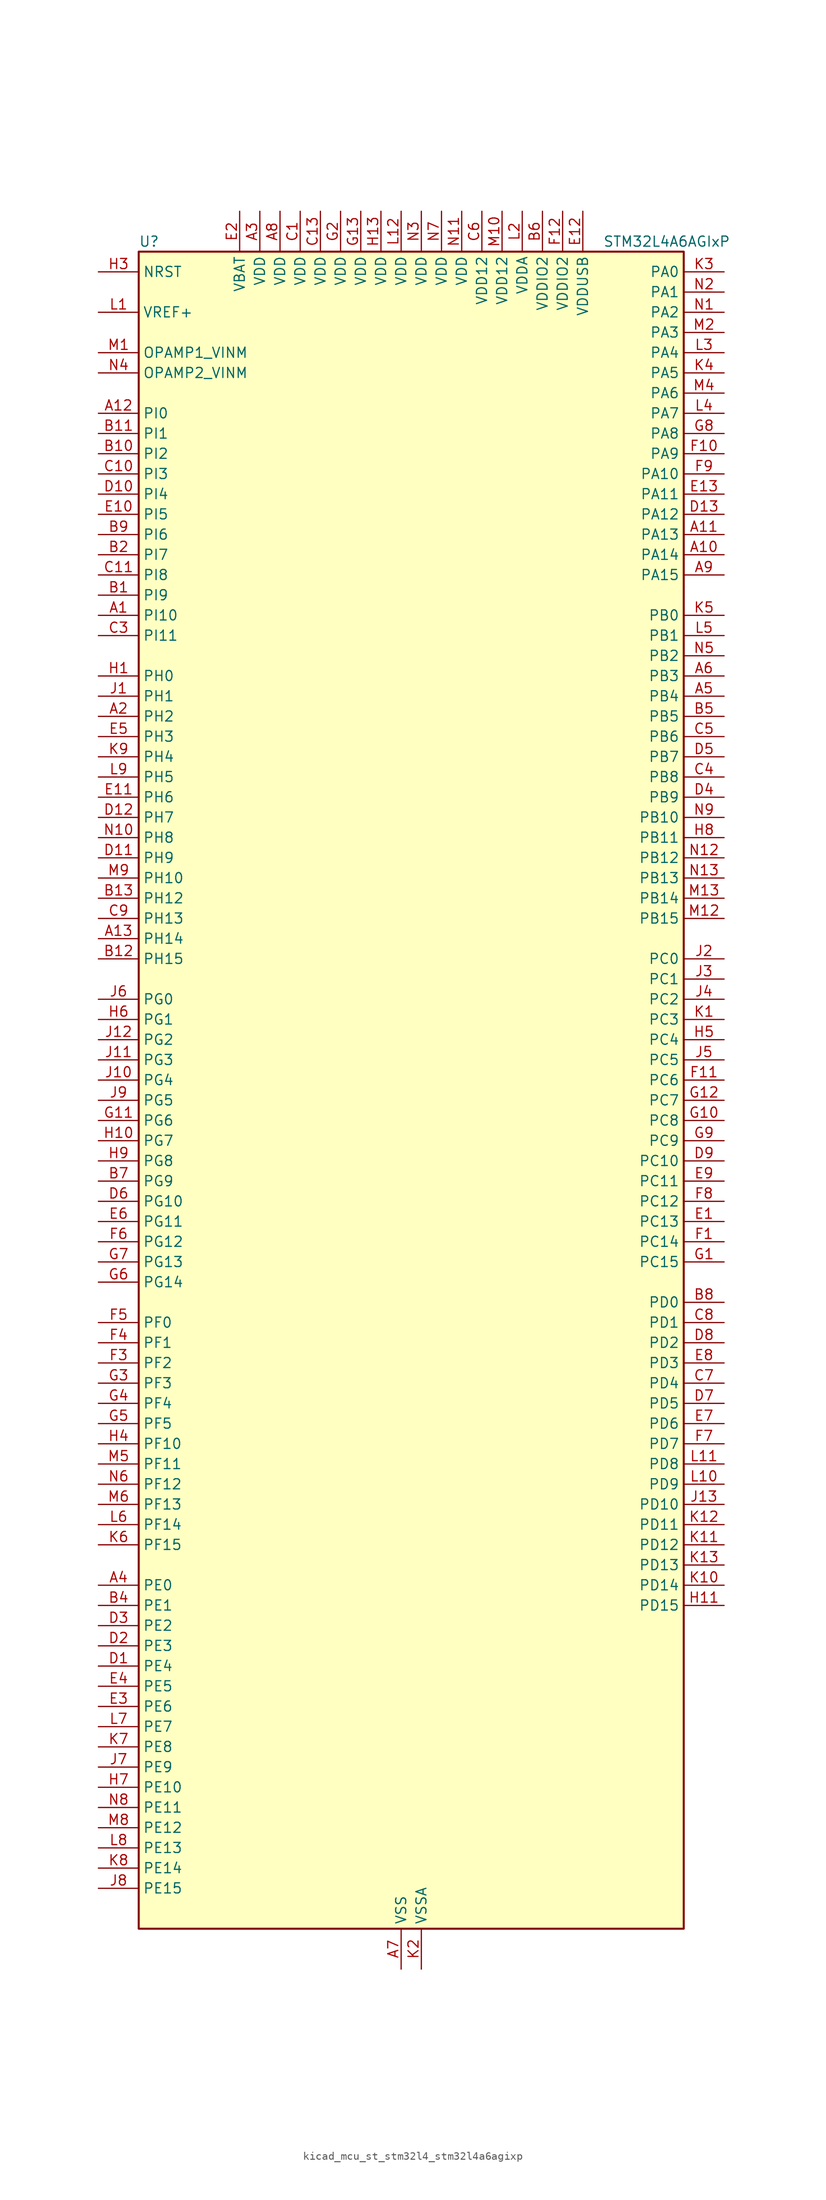
<source format=kicad_sym>
(kicad_symbol_lib
  (version 20220914)
  (generator kicad_symbol_editor)
  (symbol "kicad_mcu_st_stm32l4_stm32l4a6agixp"
    (property "Reference" "U"
      (at -33.02 107.95 0)
      (effects (font (size 1.27 1.27)) (justify left)))
    (property "Value" "STM32L4A6AGIxP"
      (at 25.4 107.95 0)
      (effects (font (size 1.27 1.27)) (justify left)))
    (property "ki_locked" ""
      (at 0 0 0)
      (effects (font (size 1.27 1.27))))
    (symbol "kicad_mcu_st_stm32l4_stm32l4a6agixp_0_1"
      (rectangle (start -33.02 -104.14) (end 35.56 106.68) (stroke (width 0.254) (type default)) (fill (type background))))
    (symbol "kicad_mcu_st_stm32l4_stm32l4a6agixp_1_1"
      (pin bidirectional line (at -38.1 60.96 0) (length 5.08) (name "PI10" (effects (font (size 1.27 1.27)))) (number "A1" (effects (font (size 1.27 1.27)))))
      (pin bidirectional line (at 40.64 68.58 180) (length 5.08) (name "PA14" (effects (font (size 1.27 1.27)))) (number "A10" (effects (font (size 1.27 1.27)))) (alternate "I2C1_SMBA" bidirectional line) (alternate "I2C4_SMBA" bidirectional line) (alternate "LPTIM1_OUT" bidirectional line) (alternate "SAI1_FS_B" bidirectional line) (alternate "SWPMI1_RX" bidirectional line) (alternate "SYS_JTCK-SWCLK" bidirectional line) (alternate "USB_OTG_FS_SOF" bidirectional line))
      (pin bidirectional line (at 40.64 71.12 180) (length 5.08) (name "PA13" (effects (font (size 1.27 1.27)))) (number "A11" (effects (font (size 1.27 1.27)))) (alternate "IR_OUT" bidirectional line) (alternate "SAI1_SD_B" bidirectional line) (alternate "SWPMI1_TX" bidirectional line) (alternate "SYS_JTMS-SWDIO" bidirectional line) (alternate "USB_OTG_FS_NOE" bidirectional line))
      (pin bidirectional line (at -38.1 86.36 0) (length 5.08) (name "PI0" (effects (font (size 1.27 1.27)))) (number "A12" (effects (font (size 1.27 1.27)))) (alternate "DCMI_D13" bidirectional line) (alternate "SPI2_NSS" bidirectional line) (alternate "TIM5_CH4" bidirectional line))
      (pin bidirectional line (at -38.1 20.32 0) (length 5.08) (name "PH14" (effects (font (size 1.27 1.27)))) (number "A13" (effects (font (size 1.27 1.27)))) (alternate "DCMI_D4" bidirectional line) (alternate "TIM8_CH2N" bidirectional line))
      (pin bidirectional line (at -38.1 48.26 0) (length 5.08) (name "PH2" (effects (font (size 1.27 1.27)))) (number "A2" (effects (font (size 1.27 1.27)))) (alternate "QUADSPI_BK2_IO0" bidirectional line))
      (pin power_in line (at -17.78 111.76 270) (length 5.08) (name "VDD" (effects (font (size 1.27 1.27)))) (number "A3" (effects (font (size 1.27 1.27)))))
      (pin bidirectional line (at -38.1 -60.96 0) (length 5.08) (name "PE0" (effects (font (size 1.27 1.27)))) (number "A4" (effects (font (size 1.27 1.27)))) (alternate "DCMI_D2" bidirectional line) (alternate "FMC_NBL0" bidirectional line) (alternate "LCD_SEG36" bidirectional line) (alternate "TIM16_CH1" bidirectional line) (alternate "TIM4_ETR" bidirectional line))
      (pin bidirectional line (at 40.64 50.8 180) (length 5.08) (name "PB4" (effects (font (size 1.27 1.27)))) (number "A5" (effects (font (size 1.27 1.27)))) (alternate "COMP2_INP" bidirectional line) (alternate "DCMI_D12" bidirectional line) (alternate "I2C3_SDA" bidirectional line) (alternate "LCD_SEG8" bidirectional line) (alternate "SAI1_MCLK_B" bidirectional line) (alternate "SPI1_MISO" bidirectional line) (alternate "SPI3_MISO" bidirectional line) (alternate "SYS_JTRST" bidirectional line) (alternate "TIM17_BKIN" bidirectional line) (alternate "TIM3_CH1" bidirectional line) (alternate "TSC_G2_IO1" bidirectional line) (alternate "UART5_DE" bidirectional line) (alternate "UART5_RTS" bidirectional line) (alternate "USART1_CTS" bidirectional line))
      (pin bidirectional line (at 40.64 53.34 180) (length 5.08) (name "PB3" (effects (font (size 1.27 1.27)))) (number "A6" (effects (font (size 1.27 1.27)))) (alternate "COMP2_INM" bidirectional line) (alternate "CRS_SYNC" bidirectional line) (alternate "LCD_SEG7" bidirectional line) (alternate "SAI1_SCK_B" bidirectional line) (alternate "SPI1_SCK" bidirectional line) (alternate "SPI3_SCK" bidirectional line) (alternate "SYS_JTDO-SWO" bidirectional line) (alternate "TIM2_CH2" bidirectional line) (alternate "USART1_DE" bidirectional line) (alternate "USART1_RTS" bidirectional line))
      (pin power_in line (at 0 -109.22 90) (length 5.08) (name "VSS" (effects (font (size 1.27 1.27)))) (number "A7" (effects (font (size 1.27 1.27)))))
      (pin power_in line (at -15.24 111.76 270) (length 5.08) (name "VDD" (effects (font (size 1.27 1.27)))) (number "A8" (effects (font (size 1.27 1.27)))))
      (pin bidirectional line (at 40.64 66.04 180) (length 5.08) (name "PA15" (effects (font (size 1.27 1.27)))) (number "A9" (effects (font (size 1.27 1.27)))) (alternate "ADC1_EXTI15" bidirectional line) (alternate "ADC2_EXTI15" bidirectional line) (alternate "ADC3_EXTI15" bidirectional line) (alternate "LCD_SEG17" bidirectional line) (alternate "SAI2_FS_B" bidirectional line) (alternate "SPI1_NSS" bidirectional line) (alternate "SPI3_NSS" bidirectional line) (alternate "SWPMI1_SUSPEND" bidirectional line) (alternate "SYS_JTDI" bidirectional line) (alternate "TIM2_CH1" bidirectional line) (alternate "TIM2_ETR" bidirectional line) (alternate "TSC_G3_IO1" bidirectional line) (alternate "UART4_DE" bidirectional line) (alternate "UART4_RTS" bidirectional line) (alternate "USART2_RX" bidirectional line) (alternate "USART3_DE" bidirectional line) (alternate "USART3_RTS" bidirectional line))
      (pin bidirectional line (at -38.1 63.5 0) (length 5.08) (name "PI9" (effects (font (size 1.27 1.27)))) (number "B1" (effects (font (size 1.27 1.27)))) (alternate "CAN1_RX" bidirectional line) (alternate "DAC1_EXTI9" bidirectional line))
      (pin bidirectional line (at -38.1 81.28 0) (length 5.08) (name "PI2" (effects (font (size 1.27 1.27)))) (number "B10" (effects (font (size 1.27 1.27)))) (alternate "DCMI_D9" bidirectional line) (alternate "SPI2_MISO" bidirectional line) (alternate "TIM8_CH4" bidirectional line))
      (pin bidirectional line (at -38.1 83.82 0) (length 5.08) (name "PI1" (effects (font (size 1.27 1.27)))) (number "B11" (effects (font (size 1.27 1.27)))) (alternate "DCMI_D8" bidirectional line) (alternate "SPI2_SCK" bidirectional line))
      (pin bidirectional line (at -38.1 17.78 0) (length 5.08) (name "PH15" (effects (font (size 1.27 1.27)))) (number "B12" (effects (font (size 1.27 1.27)))) (alternate "ADC1_EXTI15" bidirectional line) (alternate "ADC2_EXTI15" bidirectional line) (alternate "ADC3_EXTI15" bidirectional line) (alternate "DCMI_D11" bidirectional line) (alternate "TIM8_CH3N" bidirectional line))
      (pin bidirectional line (at -38.1 25.4 0) (length 5.08) (name "PH12" (effects (font (size 1.27 1.27)))) (number "B13" (effects (font (size 1.27 1.27)))) (alternate "DCMI_D3" bidirectional line) (alternate "TIM5_CH3" bidirectional line))
      (pin bidirectional line (at -38.1 68.58 0) (length 5.08) (name "PI7" (effects (font (size 1.27 1.27)))) (number "B2" (effects (font (size 1.27 1.27)))) (alternate "DCMI_D7" bidirectional line) (alternate "TIM8_CH3" bidirectional line))
      (pin passive line (at 0 -109.22 90) (length 5.08) hide (name "VSS" (effects (font (size 1.27 1.27)))) (number "B3" (effects (font (size 1.27 1.27)))))
      (pin bidirectional line (at -38.1 -63.5 0) (length 5.08) (name "PE1" (effects (font (size 1.27 1.27)))) (number "B4" (effects (font (size 1.27 1.27)))) (alternate "DCMI_D3" bidirectional line) (alternate "FMC_NBL1" bidirectional line) (alternate "LCD_SEG37" bidirectional line) (alternate "TIM17_CH1" bidirectional line))
      (pin bidirectional line (at 40.64 48.26 180) (length 5.08) (name "PB5" (effects (font (size 1.27 1.27)))) (number "B5" (effects (font (size 1.27 1.27)))) (alternate "CAN2_RX" bidirectional line) (alternate "COMP2_OUT" bidirectional line) (alternate "DCMI_D10" bidirectional line) (alternate "I2C1_SMBA" bidirectional line) (alternate "LCD_SEG9" bidirectional line) (alternate "LPTIM1_IN1" bidirectional line) (alternate "SAI1_SD_B" bidirectional line) (alternate "SPI1_MOSI" bidirectional line) (alternate "SPI3_MOSI" bidirectional line) (alternate "TIM16_BKIN" bidirectional line) (alternate "TIM3_CH2" bidirectional line) (alternate "TSC_G2_IO2" bidirectional line) (alternate "UART5_CTS" bidirectional line) (alternate "USART1_CK" bidirectional line))
      (pin power_in line (at 17.78 111.76 270) (length 5.08) (name "VDDIO2" (effects (font (size 1.27 1.27)))) (number "B6" (effects (font (size 1.27 1.27)))))
      (pin bidirectional line (at -38.1 -10.16 0) (length 5.08) (name "PG9" (effects (font (size 1.27 1.27)))) (number "B7" (effects (font (size 1.27 1.27)))) (alternate "DAC1_EXTI9" bidirectional line) (alternate "FMC_NCE" bidirectional line) (alternate "FMC_NE2" bidirectional line) (alternate "SAI2_SCK_A" bidirectional line) (alternate "SPI3_SCK" bidirectional line) (alternate "TIM15_CH1N" bidirectional line) (alternate "USART1_TX" bidirectional line))
      (pin bidirectional line (at 40.64 -25.4 180) (length 5.08) (name "PD0" (effects (font (size 1.27 1.27)))) (number "B8" (effects (font (size 1.27 1.27)))) (alternate "CAN1_RX" bidirectional line) (alternate "DFSDM1_DATIN7" bidirectional line) (alternate "FMC_D2" bidirectional line) (alternate "FMC_DA2" bidirectional line) (alternate "SPI2_NSS" bidirectional line))
      (pin bidirectional line (at -38.1 71.12 0) (length 5.08) (name "PI6" (effects (font (size 1.27 1.27)))) (number "B9" (effects (font (size 1.27 1.27)))) (alternate "DCMI_D6" bidirectional line) (alternate "TIM8_CH2" bidirectional line))
      (pin power_in line (at -12.7 111.76 270) (length 5.08) (name "VDD" (effects (font (size 1.27 1.27)))) (number "C1" (effects (font (size 1.27 1.27)))))
      (pin bidirectional line (at -38.1 78.74 0) (length 5.08) (name "PI3" (effects (font (size 1.27 1.27)))) (number "C10" (effects (font (size 1.27 1.27)))) (alternate "DCMI_D10" bidirectional line) (alternate "SPI2_MOSI" bidirectional line) (alternate "TIM8_ETR" bidirectional line))
      (pin bidirectional line (at -38.1 66.04 0) (length 5.08) (name "PI8" (effects (font (size 1.27 1.27)))) (number "C11" (effects (font (size 1.27 1.27)))) (alternate "DCMI_D12" bidirectional line))
      (pin passive line (at 0 -109.22 90) (length 5.08) hide (name "VSS" (effects (font (size 1.27 1.27)))) (number "C12" (effects (font (size 1.27 1.27)))))
      (pin power_in line (at -10.16 111.76 270) (length 5.08) (name "VDD" (effects (font (size 1.27 1.27)))) (number "C13" (effects (font (size 1.27 1.27)))))
      (pin passive line (at 0 -109.22 90) (length 5.08) hide (name "VSS" (effects (font (size 1.27 1.27)))) (number "C2" (effects (font (size 1.27 1.27)))))
      (pin bidirectional line (at -38.1 58.42 0) (length 5.08) (name "PI11" (effects (font (size 1.27 1.27)))) (number "C3" (effects (font (size 1.27 1.27)))) (alternate "ADC1_EXTI11" bidirectional line) (alternate "ADC2_EXTI11" bidirectional line) (alternate "ADC3_EXTI11" bidirectional line))
      (pin bidirectional line (at 40.64 40.64 180) (length 5.08) (name "PB8" (effects (font (size 1.27 1.27)))) (number "C4" (effects (font (size 1.27 1.27)))) (alternate "CAN1_RX" bidirectional line) (alternate "DCMI_D6" bidirectional line) (alternate "DFSDM1_DATIN6" bidirectional line) (alternate "I2C1_SCL" bidirectional line) (alternate "LCD_SEG16" bidirectional line) (alternate "SAI1_MCLK_A" bidirectional line) (alternate "SDMMC1_D4" bidirectional line) (alternate "TIM16_CH1" bidirectional line) (alternate "TIM4_CH3" bidirectional line))
      (pin bidirectional line (at 40.64 45.72 180) (length 5.08) (name "PB6" (effects (font (size 1.27 1.27)))) (number "C5" (effects (font (size 1.27 1.27)))) (alternate "CAN2_TX" bidirectional line) (alternate "COMP2_INP" bidirectional line) (alternate "DCMI_D5" bidirectional line) (alternate "DFSDM1_DATIN5" bidirectional line) (alternate "I2C1_SCL" bidirectional line) (alternate "I2C4_SCL" bidirectional line) (alternate "LPTIM1_ETR" bidirectional line) (alternate "SAI1_FS_B" bidirectional line) (alternate "TIM16_CH1N" bidirectional line) (alternate "TIM4_CH1" bidirectional line) (alternate "TIM8_BKIN2" bidirectional line) (alternate "TIM8_BKIN2_COMP2" bidirectional line) (alternate "TSC_G2_IO3" bidirectional line) (alternate "USART1_TX" bidirectional line))
      (pin power_in line (at 10.16 111.76 270) (length 5.08) (name "VDD12" (effects (font (size 1.27 1.27)))) (number "C6" (effects (font (size 1.27 1.27)))))
      (pin bidirectional line (at 40.64 -35.56 180) (length 5.08) (name "PD4" (effects (font (size 1.27 1.27)))) (number "C7" (effects (font (size 1.27 1.27)))) (alternate "DFSDM1_CKIN0" bidirectional line) (alternate "FMC_NOE" bidirectional line) (alternate "QUADSPI_BK2_IO0" bidirectional line) (alternate "SPI2_MOSI" bidirectional line) (alternate "USART2_DE" bidirectional line) (alternate "USART2_RTS" bidirectional line))
      (pin bidirectional line (at 40.64 -27.94 180) (length 5.08) (name "PD1" (effects (font (size 1.27 1.27)))) (number "C8" (effects (font (size 1.27 1.27)))) (alternate "CAN1_TX" bidirectional line) (alternate "DFSDM1_CKIN7" bidirectional line) (alternate "FMC_D3" bidirectional line) (alternate "FMC_DA3" bidirectional line) (alternate "SPI2_SCK" bidirectional line))
      (pin bidirectional line (at -38.1 22.86 0) (length 5.08) (name "PH13" (effects (font (size 1.27 1.27)))) (number "C9" (effects (font (size 1.27 1.27)))) (alternate "CAN1_TX" bidirectional line) (alternate "TIM8_CH1N" bidirectional line))
      (pin bidirectional line (at -38.1 -71.12 0) (length 5.08) (name "PE4" (effects (font (size 1.27 1.27)))) (number "D1" (effects (font (size 1.27 1.27)))) (alternate "DCMI_D4" bidirectional line) (alternate "DFSDM1_DATIN3" bidirectional line) (alternate "FMC_A20" bidirectional line) (alternate "SAI1_FS_A" bidirectional line) (alternate "SYS_TRACED1" bidirectional line) (alternate "TIM3_CH2" bidirectional line) (alternate "TSC_G7_IO3" bidirectional line))
      (pin bidirectional line (at -38.1 76.2 0) (length 5.08) (name "PI4" (effects (font (size 1.27 1.27)))) (number "D10" (effects (font (size 1.27 1.27)))) (alternate "DCMI_D5" bidirectional line) (alternate "TIM8_BKIN" bidirectional line))
      (pin bidirectional line (at -38.1 30.48 0) (length 5.08) (name "PH9" (effects (font (size 1.27 1.27)))) (number "D11" (effects (font (size 1.27 1.27)))) (alternate "DAC1_EXTI9" bidirectional line) (alternate "DCMI_D0" bidirectional line) (alternate "I2C3_SMBA" bidirectional line))
      (pin bidirectional line (at -38.1 35.56 0) (length 5.08) (name "PH7" (effects (font (size 1.27 1.27)))) (number "D12" (effects (font (size 1.27 1.27)))) (alternate "DCMI_D9" bidirectional line) (alternate "I2C3_SCL" bidirectional line))
      (pin bidirectional line (at 40.64 73.66 180) (length 5.08) (name "PA12" (effects (font (size 1.27 1.27)))) (number "D13" (effects (font (size 1.27 1.27)))) (alternate "CAN1_TX" bidirectional line) (alternate "SPI1_MOSI" bidirectional line) (alternate "TIM1_ETR" bidirectional line) (alternate "USART1_DE" bidirectional line) (alternate "USART1_RTS" bidirectional line) (alternate "USB_OTG_FS_DP" bidirectional line))
      (pin bidirectional line (at -38.1 -68.58 0) (length 5.08) (name "PE3" (effects (font (size 1.27 1.27)))) (number "D2" (effects (font (size 1.27 1.27)))) (alternate "FMC_A19" bidirectional line) (alternate "LCD_SEG39" bidirectional line) (alternate "SAI1_SD_B" bidirectional line) (alternate "SYS_TRACED0" bidirectional line) (alternate "TIM3_CH1" bidirectional line) (alternate "TSC_G7_IO2" bidirectional line))
      (pin bidirectional line (at -38.1 -66.04 0) (length 5.08) (name "PE2" (effects (font (size 1.27 1.27)))) (number "D3" (effects (font (size 1.27 1.27)))) (alternate "FMC_A23" bidirectional line) (alternate "LCD_SEG38" bidirectional line) (alternate "SAI1_MCLK_A" bidirectional line) (alternate "SYS_TRACECLK" bidirectional line) (alternate "TIM3_ETR" bidirectional line) (alternate "TSC_G7_IO1" bidirectional line))
      (pin bidirectional line (at 40.64 38.1 180) (length 5.08) (name "PB9" (effects (font (size 1.27 1.27)))) (number "D4" (effects (font (size 1.27 1.27)))) (alternate "CAN1_TX" bidirectional line) (alternate "DAC1_EXTI9" bidirectional line) (alternate "DCMI_D7" bidirectional line) (alternate "DFSDM1_CKIN6" bidirectional line) (alternate "I2C1_SDA" bidirectional line) (alternate "IR_OUT" bidirectional line) (alternate "LCD_COM3" bidirectional line) (alternate "SAI1_FS_A" bidirectional line) (alternate "SDMMC1_D5" bidirectional line) (alternate "SPI2_NSS" bidirectional line) (alternate "TIM17_CH1" bidirectional line) (alternate "TIM4_CH4" bidirectional line))
      (pin bidirectional line (at 40.64 43.18 180) (length 5.08) (name "PB7" (effects (font (size 1.27 1.27)))) (number "D5" (effects (font (size 1.27 1.27)))) (alternate "COMP2_INM" bidirectional line) (alternate "DCMI_VSYNC" bidirectional line) (alternate "DFSDM1_CKIN5" bidirectional line) (alternate "FMC_NL" bidirectional line) (alternate "I2C1_SDA" bidirectional line) (alternate "I2C4_SDA" bidirectional line) (alternate "LCD_SEG21" bidirectional line) (alternate "LPTIM1_IN2" bidirectional line) (alternate "SYS_PVD_IN" bidirectional line) (alternate "TIM17_CH1N" bidirectional line) (alternate "TIM4_CH2" bidirectional line) (alternate "TIM8_BKIN" bidirectional line) (alternate "TIM8_BKIN_COMP1" bidirectional line) (alternate "TSC_G2_IO4" bidirectional line) (alternate "UART4_CTS" bidirectional line) (alternate "USART1_RX" bidirectional line))
      (pin bidirectional line (at -38.1 -12.7 0) (length 5.08) (name "PG10" (effects (font (size 1.27 1.27)))) (number "D6" (effects (font (size 1.27 1.27)))) (alternate "FMC_NE3" bidirectional line) (alternate "LPTIM1_IN1" bidirectional line) (alternate "SAI2_FS_A" bidirectional line) (alternate "SPI3_MISO" bidirectional line) (alternate "TIM15_CH1" bidirectional line) (alternate "USART1_RX" bidirectional line))
      (pin bidirectional line (at 40.64 -38.1 180) (length 5.08) (name "PD5" (effects (font (size 1.27 1.27)))) (number "D7" (effects (font (size 1.27 1.27)))) (alternate "FMC_NWE" bidirectional line) (alternate "QUADSPI_BK2_IO1" bidirectional line) (alternate "USART2_TX" bidirectional line))
      (pin bidirectional line (at 40.64 -30.48 180) (length 5.08) (name "PD2" (effects (font (size 1.27 1.27)))) (number "D8" (effects (font (size 1.27 1.27)))) (alternate "DCMI_D11" bidirectional line) (alternate "LCD_COM7" bidirectional line) (alternate "LCD_SEG31" bidirectional line) (alternate "LCD_SEG43" bidirectional line) (alternate "SDMMC1_CMD" bidirectional line) (alternate "SYS_TRACED2" bidirectional line) (alternate "TIM3_ETR" bidirectional line) (alternate "TSC_SYNC" bidirectional line) (alternate "UART5_RX" bidirectional line) (alternate "USART3_DE" bidirectional line) (alternate "USART3_RTS" bidirectional line))
      (pin bidirectional line (at 40.64 -7.62 180) (length 5.08) (name "PC10" (effects (font (size 1.27 1.27)))) (number "D9" (effects (font (size 1.27 1.27)))) (alternate "DCMI_D8" bidirectional line) (alternate "LCD_COM4" bidirectional line) (alternate "LCD_SEG28" bidirectional line) (alternate "LCD_SEG40" bidirectional line) (alternate "SAI2_SCK_B" bidirectional line) (alternate "SDMMC1_D2" bidirectional line) (alternate "SPI3_SCK" bidirectional line) (alternate "SYS_TRACED1" bidirectional line) (alternate "TSC_G3_IO2" bidirectional line) (alternate "UART4_TX" bidirectional line) (alternate "USART3_TX" bidirectional line))
      (pin bidirectional line (at 40.64 -15.24 180) (length 5.08) (name "PC13" (effects (font (size 1.27 1.27)))) (number "E1" (effects (font (size 1.27 1.27)))) (alternate "RTC_OUT_ALARM" bidirectional line) (alternate "RTC_OUT_CALIB" bidirectional line) (alternate "RTC_TAMP1" bidirectional line) (alternate "RTC_TS" bidirectional line) (alternate "SYS_WKUP2" bidirectional line))
      (pin bidirectional line (at -38.1 73.66 0) (length 5.08) (name "PI5" (effects (font (size 1.27 1.27)))) (number "E10" (effects (font (size 1.27 1.27)))) (alternate "DCMI_VSYNC" bidirectional line) (alternate "TIM8_CH1" bidirectional line))
      (pin bidirectional line (at -38.1 38.1 0) (length 5.08) (name "PH6" (effects (font (size 1.27 1.27)))) (number "E11" (effects (font (size 1.27 1.27)))) (alternate "DCMI_D8" bidirectional line) (alternate "I2C2_SMBA" bidirectional line))
      (pin power_in line (at 22.86 111.76 270) (length 5.08) (name "VDDUSB" (effects (font (size 1.27 1.27)))) (number "E12" (effects (font (size 1.27 1.27)))))
      (pin bidirectional line (at 40.64 76.2 180) (length 5.08) (name "PA11" (effects (font (size 1.27 1.27)))) (number "E13" (effects (font (size 1.27 1.27)))) (alternate "ADC1_EXTI11" bidirectional line) (alternate "ADC2_EXTI11" bidirectional line) (alternate "ADC3_EXTI11" bidirectional line) (alternate "CAN1_RX" bidirectional line) (alternate "SPI1_MISO" bidirectional line) (alternate "TIM1_BKIN2" bidirectional line) (alternate "TIM1_BKIN2_COMP1" bidirectional line) (alternate "TIM1_CH4" bidirectional line) (alternate "USART1_CTS" bidirectional line) (alternate "USB_OTG_FS_DM" bidirectional line))
      (pin power_in line (at -20.32 111.76 270) (length 5.08) (name "VBAT" (effects (font (size 1.27 1.27)))) (number "E2" (effects (font (size 1.27 1.27)))))
      (pin bidirectional line (at -38.1 -76.2 0) (length 5.08) (name "PE6" (effects (font (size 1.27 1.27)))) (number "E3" (effects (font (size 1.27 1.27)))) (alternate "DCMI_D7" bidirectional line) (alternate "FMC_A22" bidirectional line) (alternate "RTC_TAMP3" bidirectional line) (alternate "SAI1_SD_A" bidirectional line) (alternate "SYS_TRACED3" bidirectional line) (alternate "SYS_WKUP3" bidirectional line) (alternate "TIM3_CH4" bidirectional line))
      (pin bidirectional line (at -38.1 -73.66 0) (length 5.08) (name "PE5" (effects (font (size 1.27 1.27)))) (number "E4" (effects (font (size 1.27 1.27)))) (alternate "DCMI_D6" bidirectional line) (alternate "DFSDM1_CKIN3" bidirectional line) (alternate "FMC_A21" bidirectional line) (alternate "SAI1_SCK_A" bidirectional line) (alternate "SYS_TRACED2" bidirectional line) (alternate "TIM3_CH3" bidirectional line) (alternate "TSC_G7_IO4" bidirectional line))
      (pin bidirectional line (at -38.1 45.72 0) (length 5.08) (name "PH3" (effects (font (size 1.27 1.27)))) (number "E5" (effects (font (size 1.27 1.27)))))
      (pin bidirectional line (at -38.1 -15.24 0) (length 5.08) (name "PG11" (effects (font (size 1.27 1.27)))) (number "E6" (effects (font (size 1.27 1.27)))) (alternate "ADC1_EXTI11" bidirectional line) (alternate "ADC2_EXTI11" bidirectional line) (alternate "ADC3_EXTI11" bidirectional line) (alternate "LPTIM1_IN2" bidirectional line) (alternate "SAI2_MCLK_A" bidirectional line) (alternate "SPI3_MOSI" bidirectional line) (alternate "TIM15_CH2" bidirectional line) (alternate "USART1_CTS" bidirectional line))
      (pin bidirectional line (at 40.64 -40.64 180) (length 5.08) (name "PD6" (effects (font (size 1.27 1.27)))) (number "E7" (effects (font (size 1.27 1.27)))) (alternate "DCMI_D10" bidirectional line) (alternate "DFSDM1_DATIN1" bidirectional line) (alternate "FMC_NWAIT" bidirectional line) (alternate "QUADSPI_BK2_IO1" bidirectional line) (alternate "QUADSPI_BK2_IO2" bidirectional line) (alternate "SAI1_SD_A" bidirectional line) (alternate "USART2_RX" bidirectional line))
      (pin bidirectional line (at 40.64 -33.02 180) (length 5.08) (name "PD3" (effects (font (size 1.27 1.27)))) (number "E8" (effects (font (size 1.27 1.27)))) (alternate "DCMI_D5" bidirectional line) (alternate "DFSDM1_DATIN0" bidirectional line) (alternate "FMC_CLK" bidirectional line) (alternate "QUADSPI_BK2_NCS" bidirectional line) (alternate "SPI2_MISO" bidirectional line) (alternate "SPI2_SCK" bidirectional line) (alternate "USART2_CTS" bidirectional line))
      (pin bidirectional line (at 40.64 -10.16 180) (length 5.08) (name "PC11" (effects (font (size 1.27 1.27)))) (number "E9" (effects (font (size 1.27 1.27)))) (alternate "ADC1_EXTI11" bidirectional line) (alternate "ADC2_EXTI11" bidirectional line) (alternate "ADC3_EXTI11" bidirectional line) (alternate "DCMI_D4" bidirectional line) (alternate "LCD_COM5" bidirectional line) (alternate "LCD_SEG29" bidirectional line) (alternate "LCD_SEG41" bidirectional line) (alternate "QUADSPI_BK2_NCS" bidirectional line) (alternate "SAI2_MCLK_B" bidirectional line) (alternate "SDMMC1_D3" bidirectional line) (alternate "SPI3_MISO" bidirectional line) (alternate "TSC_G3_IO3" bidirectional line) (alternate "UART4_RX" bidirectional line) (alternate "USART3_RX" bidirectional line))
      (pin bidirectional line (at 40.64 -17.78 180) (length 5.08) (name "PC14" (effects (font (size 1.27 1.27)))) (number "F1" (effects (font (size 1.27 1.27)))) (alternate "RCC_OSC32_IN" bidirectional line))
      (pin bidirectional line (at 40.64 81.28 180) (length 5.08) (name "PA9" (effects (font (size 1.27 1.27)))) (number "F10" (effects (font (size 1.27 1.27)))) (alternate "DAC1_EXTI9" bidirectional line) (alternate "DCMI_D0" bidirectional line) (alternate "LCD_COM1" bidirectional line) (alternate "SAI1_FS_A" bidirectional line) (alternate "SPI2_SCK" bidirectional line) (alternate "TIM15_BKIN" bidirectional line) (alternate "TIM1_CH2" bidirectional line) (alternate "USART1_TX" bidirectional line) (alternate "USB_OTG_FS_VBUS" bidirectional line))
      (pin bidirectional line (at 40.64 2.54 180) (length 5.08) (name "PC6" (effects (font (size 1.27 1.27)))) (number "F11" (effects (font (size 1.27 1.27)))) (alternate "DCMI_D0" bidirectional line) (alternate "DFSDM1_CKIN3" bidirectional line) (alternate "LCD_SEG24" bidirectional line) (alternate "SAI2_MCLK_A" bidirectional line) (alternate "SDMMC1_D6" bidirectional line) (alternate "TIM3_CH1" bidirectional line) (alternate "TIM8_CH1" bidirectional line) (alternate "TSC_G4_IO1" bidirectional line))
      (pin power_in line (at 20.32 111.76 270) (length 5.08) (name "VDDIO2" (effects (font (size 1.27 1.27)))) (number "F12" (effects (font (size 1.27 1.27)))))
      (pin passive line (at 0 -109.22 90) (length 5.08) hide (name "VSS" (effects (font (size 1.27 1.27)))) (number "F13" (effects (font (size 1.27 1.27)))))
      (pin passive line (at 0 -109.22 90) (length 5.08) hide (name "VSS" (effects (font (size 1.27 1.27)))) (number "F2" (effects (font (size 1.27 1.27)))))
      (pin bidirectional line (at -38.1 -33.02 0) (length 5.08) (name "PF2" (effects (font (size 1.27 1.27)))) (number "F3" (effects (font (size 1.27 1.27)))) (alternate "FMC_A2" bidirectional line) (alternate "I2C2_SMBA" bidirectional line))
      (pin bidirectional line (at -38.1 -30.48 0) (length 5.08) (name "PF1" (effects (font (size 1.27 1.27)))) (number "F4" (effects (font (size 1.27 1.27)))) (alternate "FMC_A1" bidirectional line) (alternate "I2C2_SCL" bidirectional line))
      (pin bidirectional line (at -38.1 -27.94 0) (length 5.08) (name "PF0" (effects (font (size 1.27 1.27)))) (number "F5" (effects (font (size 1.27 1.27)))) (alternate "FMC_A0" bidirectional line) (alternate "I2C2_SDA" bidirectional line))
      (pin bidirectional line (at -38.1 -17.78 0) (length 5.08) (name "PG12" (effects (font (size 1.27 1.27)))) (number "F6" (effects (font (size 1.27 1.27)))) (alternate "FMC_NE4" bidirectional line) (alternate "LPTIM1_ETR" bidirectional line) (alternate "SAI2_SD_A" bidirectional line) (alternate "SPI3_NSS" bidirectional line) (alternate "USART1_DE" bidirectional line) (alternate "USART1_RTS" bidirectional line))
      (pin bidirectional line (at 40.64 -43.18 180) (length 5.08) (name "PD7" (effects (font (size 1.27 1.27)))) (number "F7" (effects (font (size 1.27 1.27)))) (alternate "DFSDM1_CKIN1" bidirectional line) (alternate "FMC_NE1" bidirectional line) (alternate "QUADSPI_BK2_IO3" bidirectional line) (alternate "USART2_CK" bidirectional line))
      (pin bidirectional line (at 40.64 -12.7 180) (length 5.08) (name "PC12" (effects (font (size 1.27 1.27)))) (number "F8" (effects (font (size 1.27 1.27)))) (alternate "DCMI_D9" bidirectional line) (alternate "LCD_COM6" bidirectional line) (alternate "LCD_SEG30" bidirectional line) (alternate "LCD_SEG42" bidirectional line) (alternate "SAI2_SD_B" bidirectional line) (alternate "SDMMC1_CK" bidirectional line) (alternate "SPI3_MOSI" bidirectional line) (alternate "SYS_TRACED3" bidirectional line) (alternate "TSC_G3_IO4" bidirectional line) (alternate "UART5_TX" bidirectional line) (alternate "USART3_CK" bidirectional line))
      (pin bidirectional line (at 40.64 78.74 180) (length 5.08) (name "PA10" (effects (font (size 1.27 1.27)))) (number "F9" (effects (font (size 1.27 1.27)))) (alternate "DCMI_D1" bidirectional line) (alternate "LCD_COM2" bidirectional line) (alternate "SAI1_SD_A" bidirectional line) (alternate "TIM17_BKIN" bidirectional line) (alternate "TIM1_CH3" bidirectional line) (alternate "USART1_RX" bidirectional line) (alternate "USB_OTG_FS_ID" bidirectional line))
      (pin bidirectional line (at 40.64 -20.32 180) (length 5.08) (name "PC15" (effects (font (size 1.27 1.27)))) (number "G1" (effects (font (size 1.27 1.27)))) (alternate "ADC1_EXTI15" bidirectional line) (alternate "ADC2_EXTI15" bidirectional line) (alternate "ADC3_EXTI15" bidirectional line) (alternate "RCC_OSC32_OUT" bidirectional line))
      (pin bidirectional line (at 40.64 -2.54 180) (length 5.08) (name "PC8" (effects (font (size 1.27 1.27)))) (number "G10" (effects (font (size 1.27 1.27)))) (alternate "DCMI_D2" bidirectional line) (alternate "LCD_SEG26" bidirectional line) (alternate "SDMMC1_D0" bidirectional line) (alternate "TIM3_CH3" bidirectional line) (alternate "TIM8_CH3" bidirectional line) (alternate "TSC_G4_IO3" bidirectional line))
      (pin bidirectional line (at -38.1 -2.54 0) (length 5.08) (name "PG6" (effects (font (size 1.27 1.27)))) (number "G11" (effects (font (size 1.27 1.27)))) (alternate "I2C3_SMBA" bidirectional line) (alternate "LPUART1_DE" bidirectional line) (alternate "LPUART1_RTS" bidirectional line))
      (pin bidirectional line (at 40.64 0 180) (length 5.08) (name "PC7" (effects (font (size 1.27 1.27)))) (number "G12" (effects (font (size 1.27 1.27)))) (alternate "DCMI_D1" bidirectional line) (alternate "DFSDM1_DATIN3" bidirectional line) (alternate "LCD_SEG25" bidirectional line) (alternate "SAI2_MCLK_B" bidirectional line) (alternate "SDMMC1_D7" bidirectional line) (alternate "TIM3_CH2" bidirectional line) (alternate "TIM8_CH2" bidirectional line) (alternate "TSC_G4_IO2" bidirectional line))
      (pin power_in line (at -5.08 111.76 270) (length 5.08) (name "VDD" (effects (font (size 1.27 1.27)))) (number "G13" (effects (font (size 1.27 1.27)))))
      (pin power_in line (at -7.62 111.76 270) (length 5.08) (name "VDD" (effects (font (size 1.27 1.27)))) (number "G2" (effects (font (size 1.27 1.27)))))
      (pin bidirectional line (at -38.1 -35.56 0) (length 5.08) (name "PF3" (effects (font (size 1.27 1.27)))) (number "G3" (effects (font (size 1.27 1.27)))) (alternate "ADC3_IN6" bidirectional line) (alternate "FMC_A3" bidirectional line))
      (pin bidirectional line (at -38.1 -38.1 0) (length 5.08) (name "PF4" (effects (font (size 1.27 1.27)))) (number "G4" (effects (font (size 1.27 1.27)))) (alternate "ADC3_IN7" bidirectional line) (alternate "FMC_A4" bidirectional line))
      (pin bidirectional line (at -38.1 -40.64 0) (length 5.08) (name "PF5" (effects (font (size 1.27 1.27)))) (number "G5" (effects (font (size 1.27 1.27)))) (alternate "ADC3_IN8" bidirectional line) (alternate "FMC_A5" bidirectional line))
      (pin bidirectional line (at -38.1 -22.86 0) (length 5.08) (name "PG14" (effects (font (size 1.27 1.27)))) (number "G6" (effects (font (size 1.27 1.27)))) (alternate "FMC_A25" bidirectional line) (alternate "I2C1_SCL" bidirectional line))
      (pin bidirectional line (at -38.1 -20.32 0) (length 5.08) (name "PG13" (effects (font (size 1.27 1.27)))) (number "G7" (effects (font (size 1.27 1.27)))) (alternate "FMC_A24" bidirectional line) (alternate "I2C1_SDA" bidirectional line) (alternate "USART1_CK" bidirectional line))
      (pin bidirectional line (at 40.64 83.82 180) (length 5.08) (name "PA8" (effects (font (size 1.27 1.27)))) (number "G8" (effects (font (size 1.27 1.27)))) (alternate "LCD_COM0" bidirectional line) (alternate "LPTIM2_OUT" bidirectional line) (alternate "RCC_MCO" bidirectional line) (alternate "SAI1_SCK_A" bidirectional line) (alternate "SWPMI1_IO" bidirectional line) (alternate "TIM1_CH1" bidirectional line) (alternate "USART1_CK" bidirectional line) (alternate "USB_OTG_FS_SOF" bidirectional line))
      (pin bidirectional line (at 40.64 -5.08 180) (length 5.08) (name "PC9" (effects (font (size 1.27 1.27)))) (number "G9" (effects (font (size 1.27 1.27)))) (alternate "DAC1_EXTI9" bidirectional line) (alternate "DCMI_D3" bidirectional line) (alternate "I2C3_SDA" bidirectional line) (alternate "LCD_SEG27" bidirectional line) (alternate "SAI2_EXTCLK" bidirectional line) (alternate "SDMMC1_D1" bidirectional line) (alternate "TIM3_CH4" bidirectional line) (alternate "TIM8_BKIN2" bidirectional line) (alternate "TIM8_BKIN2_COMP1" bidirectional line) (alternate "TIM8_CH4" bidirectional line) (alternate "TSC_G4_IO4" bidirectional line) (alternate "USB_OTG_FS_NOE" bidirectional line))
      (pin bidirectional line (at -38.1 53.34 0) (length 5.08) (name "PH0" (effects (font (size 1.27 1.27)))) (number "H1" (effects (font (size 1.27 1.27)))) (alternate "RCC_OSC_IN" bidirectional line))
      (pin bidirectional line (at -38.1 -5.08 0) (length 5.08) (name "PG7" (effects (font (size 1.27 1.27)))) (number "H10" (effects (font (size 1.27 1.27)))) (alternate "FMC_INT" bidirectional line) (alternate "I2C3_SCL" bidirectional line) (alternate "LPUART1_TX" bidirectional line) (alternate "SAI1_MCLK_A" bidirectional line))
      (pin bidirectional line (at 40.64 -63.5 180) (length 5.08) (name "PD15" (effects (font (size 1.27 1.27)))) (number "H11" (effects (font (size 1.27 1.27)))) (alternate "ADC1_EXTI15" bidirectional line) (alternate "ADC2_EXTI15" bidirectional line) (alternate "ADC3_EXTI15" bidirectional line) (alternate "FMC_D1" bidirectional line) (alternate "FMC_DA1" bidirectional line) (alternate "LCD_SEG35" bidirectional line) (alternate "TIM4_CH4" bidirectional line))
      (pin passive line (at 0 -109.22 90) (length 5.08) hide (name "VSS" (effects (font (size 1.27 1.27)))) (number "H12" (effects (font (size 1.27 1.27)))))
      (pin power_in line (at -2.54 111.76 270) (length 5.08) (name "VDD" (effects (font (size 1.27 1.27)))) (number "H13" (effects (font (size 1.27 1.27)))))
      (pin passive line (at 0 -109.22 90) (length 5.08) hide (name "VSS" (effects (font (size 1.27 1.27)))) (number "H2" (effects (font (size 1.27 1.27)))))
      (pin input line (at -38.1 104.14 0) (length 5.08) (name "NRST" (effects (font (size 1.27 1.27)))) (number "H3" (effects (font (size 1.27 1.27)))))
      (pin bidirectional line (at -38.1 -43.18 0) (length 5.08) (name "PF10" (effects (font (size 1.27 1.27)))) (number "H4" (effects (font (size 1.27 1.27)))) (alternate "ADC3_IN13" bidirectional line) (alternate "DCMI_D11" bidirectional line) (alternate "QUADSPI_CLK" bidirectional line) (alternate "TIM15_CH2" bidirectional line))
      (pin bidirectional line (at 40.64 7.62 180) (length 5.08) (name "PC4" (effects (font (size 1.27 1.27)))) (number "H5" (effects (font (size 1.27 1.27)))) (alternate "ADC1_IN13" bidirectional line) (alternate "ADC2_IN13" bidirectional line) (alternate "COMP1_INM" bidirectional line) (alternate "LCD_SEG22" bidirectional line) (alternate "QUADSPI_BK2_IO3" bidirectional line) (alternate "USART3_TX" bidirectional line))
      (pin bidirectional line (at -38.1 10.16 0) (length 5.08) (name "PG1" (effects (font (size 1.27 1.27)))) (number "H6" (effects (font (size 1.27 1.27)))) (alternate "FMC_A11" bidirectional line) (alternate "TSC_G8_IO4" bidirectional line))
      (pin bidirectional line (at -38.1 -86.36 0) (length 5.08) (name "PE10" (effects (font (size 1.27 1.27)))) (number "H7" (effects (font (size 1.27 1.27)))) (alternate "DFSDM1_DATIN4" bidirectional line) (alternate "FMC_D7" bidirectional line) (alternate "FMC_DA7" bidirectional line) (alternate "QUADSPI_CLK" bidirectional line) (alternate "SAI1_MCLK_B" bidirectional line) (alternate "TIM1_CH2N" bidirectional line) (alternate "TSC_G5_IO1" bidirectional line))
      (pin bidirectional line (at 40.64 33.02 180) (length 5.08) (name "PB11" (effects (font (size 1.27 1.27)))) (number "H8" (effects (font (size 1.27 1.27)))) (alternate "ADC1_EXTI11" bidirectional line) (alternate "ADC2_EXTI11" bidirectional line) (alternate "ADC3_EXTI11" bidirectional line) (alternate "COMP2_OUT" bidirectional line) (alternate "DFSDM1_CKIN7" bidirectional line) (alternate "I2C2_SDA" bidirectional line) (alternate "I2C4_SDA" bidirectional line) (alternate "LCD_SEG11" bidirectional line) (alternate "LPUART1_TX" bidirectional line) (alternate "QUADSPI_BK1_NCS" bidirectional line) (alternate "TIM2_CH4" bidirectional line) (alternate "USART3_RX" bidirectional line))
      (pin bidirectional line (at -38.1 -7.62 0) (length 5.08) (name "PG8" (effects (font (size 1.27 1.27)))) (number "H9" (effects (font (size 1.27 1.27)))) (alternate "I2C3_SDA" bidirectional line) (alternate "LPUART1_RX" bidirectional line))
      (pin bidirectional line (at -38.1 50.8 0) (length 5.08) (name "PH1" (effects (font (size 1.27 1.27)))) (number "J1" (effects (font (size 1.27 1.27)))) (alternate "RCC_OSC_OUT" bidirectional line))
      (pin bidirectional line (at -38.1 2.54 0) (length 5.08) (name "PG4" (effects (font (size 1.27 1.27)))) (number "J10" (effects (font (size 1.27 1.27)))) (alternate "FMC_A14" bidirectional line) (alternate "SAI2_MCLK_B" bidirectional line) (alternate "SPI1_MOSI" bidirectional line))
      (pin bidirectional line (at -38.1 5.08 0) (length 5.08) (name "PG3" (effects (font (size 1.27 1.27)))) (number "J11" (effects (font (size 1.27 1.27)))) (alternate "FMC_A13" bidirectional line) (alternate "SAI2_FS_B" bidirectional line) (alternate "SPI1_MISO" bidirectional line))
      (pin bidirectional line (at -38.1 7.62 0) (length 5.08) (name "PG2" (effects (font (size 1.27 1.27)))) (number "J12" (effects (font (size 1.27 1.27)))) (alternate "FMC_A12" bidirectional line) (alternate "SAI2_SCK_B" bidirectional line) (alternate "SPI1_SCK" bidirectional line))
      (pin bidirectional line (at 40.64 -50.8 180) (length 5.08) (name "PD10" (effects (font (size 1.27 1.27)))) (number "J13" (effects (font (size 1.27 1.27)))) (alternate "FMC_D15" bidirectional line) (alternate "FMC_DA15" bidirectional line) (alternate "LCD_SEG30" bidirectional line) (alternate "SAI2_SCK_A" bidirectional line) (alternate "TSC_G6_IO1" bidirectional line) (alternate "USART3_CK" bidirectional line))
      (pin bidirectional line (at 40.64 17.78 180) (length 5.08) (name "PC0" (effects (font (size 1.27 1.27)))) (number "J2" (effects (font (size 1.27 1.27)))) (alternate "ADC1_IN1" bidirectional line) (alternate "ADC2_IN1" bidirectional line) (alternate "ADC3_IN1" bidirectional line) (alternate "DFSDM1_DATIN4" bidirectional line) (alternate "I2C3_SCL" bidirectional line) (alternate "I2C4_SCL" bidirectional line) (alternate "LCD_SEG18" bidirectional line) (alternate "LPTIM1_IN1" bidirectional line) (alternate "LPTIM2_IN1" bidirectional line) (alternate "LPUART1_RX" bidirectional line))
      (pin bidirectional line (at 40.64 15.24 180) (length 5.08) (name "PC1" (effects (font (size 1.27 1.27)))) (number "J3" (effects (font (size 1.27 1.27)))) (alternate "ADC1_IN2" bidirectional line) (alternate "ADC2_IN2" bidirectional line) (alternate "ADC3_IN2" bidirectional line) (alternate "DFSDM1_CKIN4" bidirectional line) (alternate "I2C3_SDA" bidirectional line) (alternate "I2C4_SDA" bidirectional line) (alternate "LCD_SEG19" bidirectional line) (alternate "LPTIM1_OUT" bidirectional line) (alternate "LPUART1_TX" bidirectional line) (alternate "QUADSPI_BK2_IO0" bidirectional line) (alternate "SAI1_SD_A" bidirectional line) (alternate "SPI2_MOSI" bidirectional line) (alternate "SYS_TRACED0" bidirectional line))
      (pin bidirectional line (at 40.64 12.7 180) (length 5.08) (name "PC2" (effects (font (size 1.27 1.27)))) (number "J4" (effects (font (size 1.27 1.27)))) (alternate "ADC1_IN3" bidirectional line) (alternate "ADC2_IN3" bidirectional line) (alternate "ADC3_IN3" bidirectional line) (alternate "DFSDM1_CKOUT" bidirectional line) (alternate "LCD_SEG20" bidirectional line) (alternate "LPTIM1_IN2" bidirectional line) (alternate "QUADSPI_BK2_IO1" bidirectional line) (alternate "SPI2_MISO" bidirectional line))
      (pin bidirectional line (at 40.64 5.08 180) (length 5.08) (name "PC5" (effects (font (size 1.27 1.27)))) (number "J5" (effects (font (size 1.27 1.27)))) (alternate "ADC1_IN14" bidirectional line) (alternate "ADC2_IN14" bidirectional line) (alternate "COMP1_INP" bidirectional line) (alternate "LCD_SEG23" bidirectional line) (alternate "SYS_WKUP5" bidirectional line) (alternate "USART3_RX" bidirectional line))
      (pin bidirectional line (at -38.1 12.7 0) (length 5.08) (name "PG0" (effects (font (size 1.27 1.27)))) (number "J6" (effects (font (size 1.27 1.27)))) (alternate "FMC_A10" bidirectional line) (alternate "TSC_G8_IO3" bidirectional line))
      (pin bidirectional line (at -38.1 -83.82 0) (length 5.08) (name "PE9" (effects (font (size 1.27 1.27)))) (number "J7" (effects (font (size 1.27 1.27)))) (alternate "DAC1_EXTI9" bidirectional line) (alternate "DFSDM1_CKOUT" bidirectional line) (alternate "FMC_D6" bidirectional line) (alternate "FMC_DA6" bidirectional line) (alternate "SAI1_FS_B" bidirectional line) (alternate "TIM1_CH1" bidirectional line))
      (pin bidirectional line (at -38.1 -99.06 0) (length 5.08) (name "PE15" (effects (font (size 1.27 1.27)))) (number "J8" (effects (font (size 1.27 1.27)))) (alternate "ADC1_EXTI15" bidirectional line) (alternate "ADC2_EXTI15" bidirectional line) (alternate "ADC3_EXTI15" bidirectional line) (alternate "FMC_D12" bidirectional line) (alternate "FMC_DA12" bidirectional line) (alternate "QUADSPI_BK1_IO3" bidirectional line) (alternate "SPI1_MOSI" bidirectional line) (alternate "TIM1_BKIN" bidirectional line) (alternate "TIM1_BKIN_COMP1" bidirectional line))
      (pin bidirectional line (at -38.1 0 0) (length 5.08) (name "PG5" (effects (font (size 1.27 1.27)))) (number "J9" (effects (font (size 1.27 1.27)))) (alternate "FMC_A15" bidirectional line) (alternate "LPUART1_CTS" bidirectional line) (alternate "SAI2_SD_B" bidirectional line) (alternate "SPI1_NSS" bidirectional line))
      (pin bidirectional line (at 40.64 10.16 180) (length 5.08) (name "PC3" (effects (font (size 1.27 1.27)))) (number "K1" (effects (font (size 1.27 1.27)))) (alternate "ADC1_IN4" bidirectional line) (alternate "ADC2_IN4" bidirectional line) (alternate "ADC3_IN4" bidirectional line) (alternate "LCD_VLCD" bidirectional line) (alternate "LPTIM1_ETR" bidirectional line) (alternate "LPTIM2_ETR" bidirectional line) (alternate "QUADSPI_BK2_IO2" bidirectional line) (alternate "SAI1_SD_A" bidirectional line) (alternate "SPI2_MOSI" bidirectional line))
      (pin bidirectional line (at 40.64 -60.96 180) (length 5.08) (name "PD14" (effects (font (size 1.27 1.27)))) (number "K10" (effects (font (size 1.27 1.27)))) (alternate "FMC_D0" bidirectional line) (alternate "FMC_DA0" bidirectional line) (alternate "LCD_SEG34" bidirectional line) (alternate "TIM4_CH3" bidirectional line))
      (pin bidirectional line (at 40.64 -55.88 180) (length 5.08) (name "PD12" (effects (font (size 1.27 1.27)))) (number "K11" (effects (font (size 1.27 1.27)))) (alternate "FMC_A17" bidirectional line) (alternate "FMC_ALE" bidirectional line) (alternate "I2C4_SCL" bidirectional line) (alternate "LCD_SEG32" bidirectional line) (alternate "LPTIM2_IN1" bidirectional line) (alternate "SAI2_FS_A" bidirectional line) (alternate "TIM4_CH1" bidirectional line) (alternate "TSC_G6_IO3" bidirectional line) (alternate "USART3_DE" bidirectional line) (alternate "USART3_RTS" bidirectional line))
      (pin bidirectional line (at 40.64 -53.34 180) (length 5.08) (name "PD11" (effects (font (size 1.27 1.27)))) (number "K12" (effects (font (size 1.27 1.27)))) (alternate "ADC1_EXTI11" bidirectional line) (alternate "ADC2_EXTI11" bidirectional line) (alternate "ADC3_EXTI11" bidirectional line) (alternate "FMC_A16" bidirectional line) (alternate "FMC_CLE" bidirectional line) (alternate "I2C4_SMBA" bidirectional line) (alternate "LCD_SEG31" bidirectional line) (alternate "LPTIM2_ETR" bidirectional line) (alternate "SAI2_SD_A" bidirectional line) (alternate "TSC_G6_IO2" bidirectional line) (alternate "USART3_CTS" bidirectional line))
      (pin bidirectional line (at 40.64 -58.42 180) (length 5.08) (name "PD13" (effects (font (size 1.27 1.27)))) (number "K13" (effects (font (size 1.27 1.27)))) (alternate "FMC_A18" bidirectional line) (alternate "I2C4_SDA" bidirectional line) (alternate "LCD_SEG33" bidirectional line) (alternate "LPTIM2_OUT" bidirectional line) (alternate "TIM4_CH2" bidirectional line) (alternate "TSC_G6_IO4" bidirectional line))
      (pin power_in line (at 2.54 -109.22 90) (length 5.08) (name "VSSA" (effects (font (size 1.27 1.27)))) (number "K2" (effects (font (size 1.27 1.27)))))
      (pin bidirectional line (at 40.64 104.14 180) (length 5.08) (name "PA0" (effects (font (size 1.27 1.27)))) (number "K3" (effects (font (size 1.27 1.27)))) (alternate "ADC1_IN5" bidirectional line) (alternate "ADC2_IN5" bidirectional line) (alternate "OPAMP1_VINP" bidirectional line) (alternate "RTC_TAMP2" bidirectional line) (alternate "SAI1_EXTCLK" bidirectional line) (alternate "SYS_WKUP1" bidirectional line) (alternate "TIM2_CH1" bidirectional line) (alternate "TIM2_ETR" bidirectional line) (alternate "TIM5_CH1" bidirectional line) (alternate "TIM8_ETR" bidirectional line) (alternate "UART4_TX" bidirectional line) (alternate "USART2_CTS" bidirectional line))
      (pin bidirectional line (at 40.64 91.44 180) (length 5.08) (name "PA5" (effects (font (size 1.27 1.27)))) (number "K4" (effects (font (size 1.27 1.27)))) (alternate "ADC1_IN10" bidirectional line) (alternate "ADC2_IN10" bidirectional line) (alternate "DAC1_OUT2" bidirectional line) (alternate "LPTIM2_ETR" bidirectional line) (alternate "SPI1_SCK" bidirectional line) (alternate "TIM2_CH1" bidirectional line) (alternate "TIM2_ETR" bidirectional line) (alternate "TIM8_CH1N" bidirectional line))
      (pin bidirectional line (at 40.64 60.96 180) (length 5.08) (name "PB0" (effects (font (size 1.27 1.27)))) (number "K5" (effects (font (size 1.27 1.27)))) (alternate "ADC1_IN15" bidirectional line) (alternate "ADC2_IN15" bidirectional line) (alternate "COMP1_OUT" bidirectional line) (alternate "LCD_SEG5" bidirectional line) (alternate "OPAMP2_VOUT" bidirectional line) (alternate "QUADSPI_BK1_IO1" bidirectional line) (alternate "SAI1_EXTCLK" bidirectional line) (alternate "SPI1_NSS" bidirectional line) (alternate "TIM1_CH2N" bidirectional line) (alternate "TIM3_CH3" bidirectional line) (alternate "TIM8_CH2N" bidirectional line) (alternate "USART3_CK" bidirectional line))
      (pin bidirectional line (at -38.1 -55.88 0) (length 5.08) (name "PF15" (effects (font (size 1.27 1.27)))) (number "K6" (effects (font (size 1.27 1.27)))) (alternate "ADC1_EXTI15" bidirectional line) (alternate "ADC2_EXTI15" bidirectional line) (alternate "ADC3_EXTI15" bidirectional line) (alternate "FMC_A9" bidirectional line) (alternate "I2C4_SDA" bidirectional line) (alternate "TSC_G8_IO2" bidirectional line))
      (pin bidirectional line (at -38.1 -81.28 0) (length 5.08) (name "PE8" (effects (font (size 1.27 1.27)))) (number "K7" (effects (font (size 1.27 1.27)))) (alternate "DFSDM1_CKIN2" bidirectional line) (alternate "FMC_D5" bidirectional line) (alternate "FMC_DA5" bidirectional line) (alternate "SAI1_SCK_B" bidirectional line) (alternate "TIM1_CH1N" bidirectional line))
      (pin bidirectional line (at -38.1 -96.52 0) (length 5.08) (name "PE14" (effects (font (size 1.27 1.27)))) (number "K8" (effects (font (size 1.27 1.27)))) (alternate "FMC_D11" bidirectional line) (alternate "FMC_DA11" bidirectional line) (alternate "QUADSPI_BK1_IO2" bidirectional line) (alternate "SPI1_MISO" bidirectional line) (alternate "TIM1_BKIN2" bidirectional line) (alternate "TIM1_BKIN2_COMP2" bidirectional line) (alternate "TIM1_CH4" bidirectional line))
      (pin bidirectional line (at -38.1 43.18 0) (length 5.08) (name "PH4" (effects (font (size 1.27 1.27)))) (number "K9" (effects (font (size 1.27 1.27)))) (alternate "I2C2_SCL" bidirectional line))
      (pin input line (at -38.1 99.06 0) (length 5.08) (name "VREF+" (effects (font (size 1.27 1.27)))) (number "L1" (effects (font (size 1.27 1.27)))) (alternate "VREFBUF_OUT" bidirectional line))
      (pin bidirectional line (at 40.64 -48.26 180) (length 5.08) (name "PD9" (effects (font (size 1.27 1.27)))) (number "L10" (effects (font (size 1.27 1.27)))) (alternate "DAC1_EXTI9" bidirectional line) (alternate "DCMI_PIXCLK" bidirectional line) (alternate "FMC_D14" bidirectional line) (alternate "FMC_DA14" bidirectional line) (alternate "LCD_SEG29" bidirectional line) (alternate "SAI2_MCLK_A" bidirectional line) (alternate "USART3_RX" bidirectional line))
      (pin bidirectional line (at 40.64 -45.72 180) (length 5.08) (name "PD8" (effects (font (size 1.27 1.27)))) (number "L11" (effects (font (size 1.27 1.27)))) (alternate "DCMI_HSYNC" bidirectional line) (alternate "FMC_D13" bidirectional line) (alternate "FMC_DA13" bidirectional line) (alternate "LCD_SEG28" bidirectional line) (alternate "USART3_TX" bidirectional line))
      (pin power_in line (at 0 111.76 270) (length 5.08) (name "VDD" (effects (font (size 1.27 1.27)))) (number "L12" (effects (font (size 1.27 1.27)))))
      (pin passive line (at 0 -109.22 90) (length 5.08) hide (name "VSS" (effects (font (size 1.27 1.27)))) (number "L13" (effects (font (size 1.27 1.27)))))
      (pin power_in line (at 15.24 111.76 270) (length 5.08) (name "VDDA" (effects (font (size 1.27 1.27)))) (number "L2" (effects (font (size 1.27 1.27)))))
      (pin bidirectional line (at 40.64 93.98 180) (length 5.08) (name "PA4" (effects (font (size 1.27 1.27)))) (number "L3" (effects (font (size 1.27 1.27)))) (alternate "ADC1_IN9" bidirectional line) (alternate "ADC2_IN9" bidirectional line) (alternate "DAC1_OUT1" bidirectional line) (alternate "DCMI_HSYNC" bidirectional line) (alternate "LPTIM2_OUT" bidirectional line) (alternate "SAI1_FS_B" bidirectional line) (alternate "SPI1_NSS" bidirectional line) (alternate "SPI3_NSS" bidirectional line) (alternate "USART2_CK" bidirectional line))
      (pin bidirectional line (at 40.64 86.36 180) (length 5.08) (name "PA7" (effects (font (size 1.27 1.27)))) (number "L4" (effects (font (size 1.27 1.27)))) (alternate "ADC1_IN12" bidirectional line) (alternate "ADC2_IN12" bidirectional line) (alternate "I2C3_SCL" bidirectional line) (alternate "LCD_SEG4" bidirectional line) (alternate "QUADSPI_BK1_IO2" bidirectional line) (alternate "SPI1_MOSI" bidirectional line) (alternate "TIM17_CH1" bidirectional line) (alternate "TIM1_CH1N" bidirectional line) (alternate "TIM3_CH2" bidirectional line) (alternate "TIM8_CH1N" bidirectional line))
      (pin bidirectional line (at 40.64 58.42 180) (length 5.08) (name "PB1" (effects (font (size 1.27 1.27)))) (number "L5" (effects (font (size 1.27 1.27)))) (alternate "ADC1_IN16" bidirectional line) (alternate "ADC2_IN16" bidirectional line) (alternate "COMP1_INM" bidirectional line) (alternate "DFSDM1_DATIN0" bidirectional line) (alternate "LCD_SEG6" bidirectional line) (alternate "LPTIM2_IN1" bidirectional line) (alternate "LPUART1_DE" bidirectional line) (alternate "LPUART1_RTS" bidirectional line) (alternate "QUADSPI_BK1_IO0" bidirectional line) (alternate "TIM1_CH3N" bidirectional line) (alternate "TIM3_CH4" bidirectional line) (alternate "TIM8_CH3N" bidirectional line) (alternate "USART3_DE" bidirectional line) (alternate "USART3_RTS" bidirectional line))
      (pin bidirectional line (at -38.1 -53.34 0) (length 5.08) (name "PF14" (effects (font (size 1.27 1.27)))) (number "L6" (effects (font (size 1.27 1.27)))) (alternate "DFSDM1_CKIN6" bidirectional line) (alternate "FMC_A8" bidirectional line) (alternate "I2C4_SCL" bidirectional line) (alternate "TSC_G8_IO1" bidirectional line))
      (pin bidirectional line (at -38.1 -78.74 0) (length 5.08) (name "PE7" (effects (font (size 1.27 1.27)))) (number "L7" (effects (font (size 1.27 1.27)))) (alternate "DFSDM1_DATIN2" bidirectional line) (alternate "FMC_D4" bidirectional line) (alternate "FMC_DA4" bidirectional line) (alternate "SAI1_SD_B" bidirectional line) (alternate "TIM1_ETR" bidirectional line))
      (pin bidirectional line (at -38.1 -93.98 0) (length 5.08) (name "PE13" (effects (font (size 1.27 1.27)))) (number "L8" (effects (font (size 1.27 1.27)))) (alternate "DFSDM1_CKIN5" bidirectional line) (alternate "FMC_D10" bidirectional line) (alternate "FMC_DA10" bidirectional line) (alternate "QUADSPI_BK1_IO1" bidirectional line) (alternate "SPI1_SCK" bidirectional line) (alternate "TIM1_CH3" bidirectional line) (alternate "TSC_G5_IO4" bidirectional line))
      (pin bidirectional line (at -38.1 40.64 0) (length 5.08) (name "PH5" (effects (font (size 1.27 1.27)))) (number "L9" (effects (font (size 1.27 1.27)))) (alternate "DCMI_PIXCLK" bidirectional line) (alternate "I2C2_SDA" bidirectional line))
      (pin bidirectional line (at -38.1 93.98 0) (length 5.08) (name "OPAMP1_VINM" (effects (font (size 1.27 1.27)))) (number "M1" (effects (font (size 1.27 1.27)))) (alternate "OPAMP1_VINM" bidirectional line))
      (pin power_in line (at 12.7 111.76 270) (length 5.08) (name "VDD12" (effects (font (size 1.27 1.27)))) (number "M10" (effects (font (size 1.27 1.27)))))
      (pin passive line (at 0 -109.22 90) (length 5.08) hide (name "VSS" (effects (font (size 1.27 1.27)))) (number "M11" (effects (font (size 1.27 1.27)))))
      (pin bidirectional line (at 40.64 22.86 180) (length 5.08) (name "PB15" (effects (font (size 1.27 1.27)))) (number "M12" (effects (font (size 1.27 1.27)))) (alternate "ADC1_EXTI15" bidirectional line) (alternate "ADC2_EXTI15" bidirectional line) (alternate "ADC3_EXTI15" bidirectional line) (alternate "DFSDM1_CKIN2" bidirectional line) (alternate "LCD_SEG15" bidirectional line) (alternate "RTC_REFIN" bidirectional line) (alternate "SAI2_SD_A" bidirectional line) (alternate "SPI2_MOSI" bidirectional line) (alternate "SWPMI1_SUSPEND" bidirectional line) (alternate "TIM15_CH2" bidirectional line) (alternate "TIM1_CH3N" bidirectional line) (alternate "TIM8_CH3N" bidirectional line) (alternate "TSC_G1_IO4" bidirectional line))
      (pin bidirectional line (at 40.64 25.4 180) (length 5.08) (name "PB14" (effects (font (size 1.27 1.27)))) (number "M13" (effects (font (size 1.27 1.27)))) (alternate "DFSDM1_DATIN2" bidirectional line) (alternate "I2C2_SDA" bidirectional line) (alternate "LCD_SEG14" bidirectional line) (alternate "SAI2_MCLK_A" bidirectional line) (alternate "SPI2_MISO" bidirectional line) (alternate "SWPMI1_RX" bidirectional line) (alternate "TIM15_CH1" bidirectional line) (alternate "TIM1_CH2N" bidirectional line) (alternate "TIM8_CH2N" bidirectional line) (alternate "TSC_G1_IO3" bidirectional line) (alternate "USART3_DE" bidirectional line) (alternate "USART3_RTS" bidirectional line))
      (pin bidirectional line (at 40.64 96.52 180) (length 5.08) (name "PA3" (effects (font (size 1.27 1.27)))) (number "M2" (effects (font (size 1.27 1.27)))) (alternate "ADC1_IN8" bidirectional line) (alternate "ADC2_IN8" bidirectional line) (alternate "LCD_SEG2" bidirectional line) (alternate "LPUART1_RX" bidirectional line) (alternate "OPAMP1_VOUT" bidirectional line) (alternate "QUADSPI_CLK" bidirectional line) (alternate "SAI1_MCLK_A" bidirectional line) (alternate "TIM15_CH2" bidirectional line) (alternate "TIM2_CH4" bidirectional line) (alternate "TIM5_CH4" bidirectional line) (alternate "USART2_RX" bidirectional line))
      (pin passive line (at 0 -109.22 90) (length 5.08) hide (name "VSS" (effects (font (size 1.27 1.27)))) (number "M3" (effects (font (size 1.27 1.27)))))
      (pin bidirectional line (at 40.64 88.9 180) (length 5.08) (name "PA6" (effects (font (size 1.27 1.27)))) (number "M4" (effects (font (size 1.27 1.27)))) (alternate "ADC1_IN11" bidirectional line) (alternate "ADC2_IN11" bidirectional line) (alternate "DCMI_PIXCLK" bidirectional line) (alternate "LCD_SEG3" bidirectional line) (alternate "LPUART1_CTS" bidirectional line) (alternate "OPAMP2_VINP" bidirectional line) (alternate "QUADSPI_BK1_IO3" bidirectional line) (alternate "SPI1_MISO" bidirectional line) (alternate "TIM16_CH1" bidirectional line) (alternate "TIM1_BKIN" bidirectional line) (alternate "TIM1_BKIN_COMP2" bidirectional line) (alternate "TIM3_CH1" bidirectional line) (alternate "TIM8_BKIN" bidirectional line) (alternate "TIM8_BKIN_COMP2" bidirectional line) (alternate "USART3_CTS" bidirectional line))
      (pin bidirectional line (at -38.1 -45.72 0) (length 5.08) (name "PF11" (effects (font (size 1.27 1.27)))) (number "M5" (effects (font (size 1.27 1.27)))) (alternate "ADC1_EXTI11" bidirectional line) (alternate "ADC2_EXTI11" bidirectional line) (alternate "ADC3_EXTI11" bidirectional line) (alternate "DCMI_D12" bidirectional line))
      (pin bidirectional line (at -38.1 -50.8 0) (length 5.08) (name "PF13" (effects (font (size 1.27 1.27)))) (number "M6" (effects (font (size 1.27 1.27)))) (alternate "DFSDM1_DATIN6" bidirectional line) (alternate "FMC_A7" bidirectional line) (alternate "I2C4_SMBA" bidirectional line))
      (pin passive line (at 0 -109.22 90) (length 5.08) hide (name "VSS" (effects (font (size 1.27 1.27)))) (number "M7" (effects (font (size 1.27 1.27)))))
      (pin bidirectional line (at -38.1 -91.44 0) (length 5.08) (name "PE12" (effects (font (size 1.27 1.27)))) (number "M8" (effects (font (size 1.27 1.27)))) (alternate "DFSDM1_DATIN5" bidirectional line) (alternate "FMC_D9" bidirectional line) (alternate "FMC_DA9" bidirectional line) (alternate "QUADSPI_BK1_IO0" bidirectional line) (alternate "SPI1_NSS" bidirectional line) (alternate "TIM1_CH3N" bidirectional line) (alternate "TSC_G5_IO3" bidirectional line))
      (pin bidirectional line (at -38.1 27.94 0) (length 5.08) (name "PH10" (effects (font (size 1.27 1.27)))) (number "M9" (effects (font (size 1.27 1.27)))) (alternate "DCMI_D1" bidirectional line) (alternate "TIM5_CH1" bidirectional line))
      (pin bidirectional line (at 40.64 99.06 180) (length 5.08) (name "PA2" (effects (font (size 1.27 1.27)))) (number "N1" (effects (font (size 1.27 1.27)))) (alternate "ADC1_IN7" bidirectional line) (alternate "ADC2_IN7" bidirectional line) (alternate "LCD_SEG1" bidirectional line) (alternate "LPUART1_TX" bidirectional line) (alternate "QUADSPI_BK1_NCS" bidirectional line) (alternate "RCC_LSCO" bidirectional line) (alternate "SAI2_EXTCLK" bidirectional line) (alternate "SYS_WKUP4" bidirectional line) (alternate "TIM15_CH1" bidirectional line) (alternate "TIM2_CH3" bidirectional line) (alternate "TIM5_CH3" bidirectional line) (alternate "USART2_TX" bidirectional line))
      (pin bidirectional line (at -38.1 33.02 0) (length 5.08) (name "PH8" (effects (font (size 1.27 1.27)))) (number "N10" (effects (font (size 1.27 1.27)))) (alternate "DCMI_HSYNC" bidirectional line) (alternate "I2C3_SDA" bidirectional line))
      (pin power_in line (at 7.62 111.76 270) (length 5.08) (name "VDD" (effects (font (size 1.27 1.27)))) (number "N11" (effects (font (size 1.27 1.27)))))
      (pin bidirectional line (at 40.64 30.48 180) (length 5.08) (name "PB12" (effects (font (size 1.27 1.27)))) (number "N12" (effects (font (size 1.27 1.27)))) (alternate "CAN2_RX" bidirectional line) (alternate "DFSDM1_DATIN1" bidirectional line) (alternate "I2C2_SMBA" bidirectional line) (alternate "LCD_SEG12" bidirectional line) (alternate "LPUART1_DE" bidirectional line) (alternate "LPUART1_RTS" bidirectional line) (alternate "SAI2_FS_A" bidirectional line) (alternate "SPI2_NSS" bidirectional line) (alternate "SWPMI1_IO" bidirectional line) (alternate "TIM15_BKIN" bidirectional line) (alternate "TIM1_BKIN" bidirectional line) (alternate "TIM1_BKIN_COMP2" bidirectional line) (alternate "TSC_G1_IO1" bidirectional line) (alternate "USART3_CK" bidirectional line))
      (pin bidirectional line (at 40.64 27.94 180) (length 5.08) (name "PB13" (effects (font (size 1.27 1.27)))) (number "N13" (effects (font (size 1.27 1.27)))) (alternate "CAN2_TX" bidirectional line) (alternate "DFSDM1_CKIN1" bidirectional line) (alternate "I2C2_SCL" bidirectional line) (alternate "LCD_SEG13" bidirectional line) (alternate "LPUART1_CTS" bidirectional line) (alternate "SAI2_SCK_A" bidirectional line) (alternate "SPI2_SCK" bidirectional line) (alternate "SWPMI1_TX" bidirectional line) (alternate "TIM15_CH1N" bidirectional line) (alternate "TIM1_CH1N" bidirectional line) (alternate "TSC_G1_IO2" bidirectional line) (alternate "USART3_CTS" bidirectional line))
      (pin bidirectional line (at 40.64 101.6 180) (length 5.08) (name "PA1" (effects (font (size 1.27 1.27)))) (number "N2" (effects (font (size 1.27 1.27)))) (alternate "ADC1_IN6" bidirectional line) (alternate "ADC2_IN6" bidirectional line) (alternate "I2C1_SMBA" bidirectional line) (alternate "LCD_SEG0" bidirectional line) (alternate "SPI1_SCK" bidirectional line) (alternate "TIM15_CH1N" bidirectional line) (alternate "TIM2_CH2" bidirectional line) (alternate "TIM5_CH2" bidirectional line) (alternate "UART4_RX" bidirectional line) (alternate "USART2_DE" bidirectional line) (alternate "USART2_RTS" bidirectional line))
      (pin power_in line (at 2.54 111.76 270) (length 5.08) (name "VDD" (effects (font (size 1.27 1.27)))) (number "N3" (effects (font (size 1.27 1.27)))))
      (pin bidirectional line (at -38.1 91.44 0) (length 5.08) (name "OPAMP2_VINM" (effects (font (size 1.27 1.27)))) (number "N4" (effects (font (size 1.27 1.27)))) (alternate "OPAMP2_VINM" bidirectional line))
      (pin bidirectional line (at 40.64 55.88 180) (length 5.08) (name "PB2" (effects (font (size 1.27 1.27)))) (number "N5" (effects (font (size 1.27 1.27)))) (alternate "COMP1_INP" bidirectional line) (alternate "DFSDM1_CKIN0" bidirectional line) (alternate "I2C3_SMBA" bidirectional line) (alternate "LCD_VLCD" bidirectional line) (alternate "LPTIM1_OUT" bidirectional line) (alternate "RTC_OUT_ALARM" bidirectional line) (alternate "RTC_OUT_CALIB" bidirectional line))
      (pin bidirectional line (at -38.1 -48.26 0) (length 5.08) (name "PF12" (effects (font (size 1.27 1.27)))) (number "N6" (effects (font (size 1.27 1.27)))) (alternate "FMC_A6" bidirectional line))
      (pin power_in line (at 5.08 111.76 270) (length 5.08) (name "VDD" (effects (font (size 1.27 1.27)))) (number "N7" (effects (font (size 1.27 1.27)))))
      (pin bidirectional line (at -38.1 -88.9 0) (length 5.08) (name "PE11" (effects (font (size 1.27 1.27)))) (number "N8" (effects (font (size 1.27 1.27)))) (alternate "ADC1_EXTI11" bidirectional line) (alternate "ADC2_EXTI11" bidirectional line) (alternate "ADC3_EXTI11" bidirectional line) (alternate "DFSDM1_CKIN4" bidirectional line) (alternate "FMC_D8" bidirectional line) (alternate "FMC_DA8" bidirectional line) (alternate "QUADSPI_BK1_NCS" bidirectional line) (alternate "TIM1_CH2" bidirectional line) (alternate "TSC_G5_IO2" bidirectional line))
      (pin bidirectional line (at 40.64 35.56 180) (length 5.08) (name "PB10" (effects (font (size 1.27 1.27)))) (number "N9" (effects (font (size 1.27 1.27)))) (alternate "COMP1_OUT" bidirectional line) (alternate "DFSDM1_DATIN7" bidirectional line) (alternate "I2C2_SCL" bidirectional line) (alternate "I2C4_SCL" bidirectional line) (alternate "LCD_SEG10" bidirectional line) (alternate "LPUART1_RX" bidirectional line) (alternate "QUADSPI_CLK" bidirectional line) (alternate "SAI1_SCK_A" bidirectional line) (alternate "SPI2_SCK" bidirectional line) (alternate "TIM2_CH3" bidirectional line) (alternate "TSC_SYNC" bidirectional line) (alternate "USART3_TX" bidirectional line)))))
</source>
